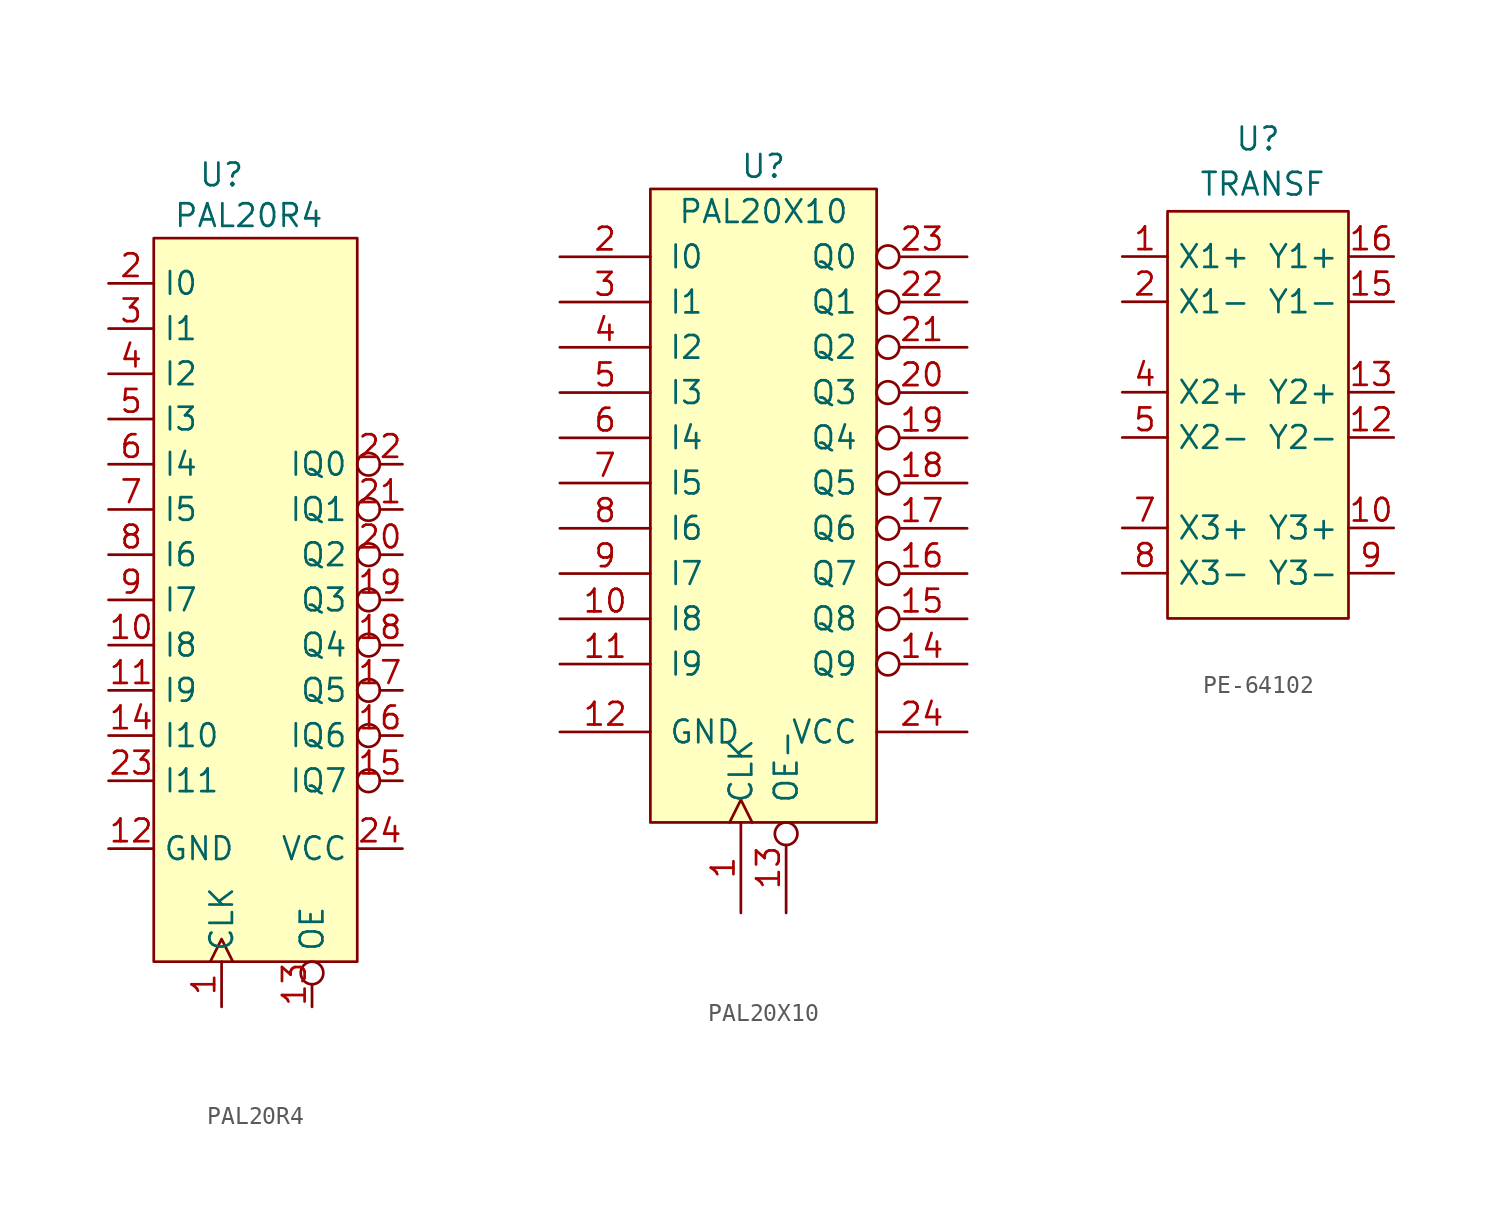
<source format=kicad_sym>
(kicad_symbol_lib
  (version 20231120)
  (generator "kicad_symbol_editor")
  (generator_version "8.0")
  (symbol "PAL20R4"
    (property "Reference" "U"
      (at 0 2.286 0)
      (effects (font (size 1.27 1.27))))
    (property "Value" "PAL20R4"
      (at 1.524 0 0)
      (effects (font (size 1.27 1.27))))
    (symbol "PAL20R4_1_1"
      (rectangle (start -3.81 -1.27) (end 7.62 -41.91) (stroke (width 0) (type default)) (fill (type background)))
      (pin input clock (at 0 -44.45 90) (length 2.54) (name "CLK" (effects (font (size 1.27 1.27)))) (number "1" (effects (font (size 1.27 1.27)))))
      (pin input line (at -6.35 -24.13 0) (length 2.54) (name "I8" (effects (font (size 1.27 1.27)))) (number "10" (effects (font (size 1.27 1.27)))))
      (pin input line (at -6.35 -26.67 0) (length 2.54) (name "I9" (effects (font (size 1.27 1.27)))) (number "11" (effects (font (size 1.27 1.27)))))
      (pin power_in line (at -6.35 -35.56 0) (length 2.54) (name "GND" (effects (font (size 1.27 1.27)))) (number "12" (effects (font (size 1.27 1.27)))))
      (pin input inverted (at 5.08 -44.45 90) (length 2.54) (name "OE" (effects (font (size 1.27 1.27)))) (number "13" (effects (font (size 1.27 1.27)))))
      (pin input line (at -6.35 -29.21 0) (length 2.54) (name "I10" (effects (font (size 1.27 1.27)))) (number "14" (effects (font (size 1.27 1.27)))))
      (pin bidirectional inverted (at 10.16 -31.75 180) (length 2.54) (name "IQ7" (effects (font (size 1.27 1.27)))) (number "15" (effects (font (size 1.27 1.27)))))
      (pin bidirectional inverted (at 10.16 -29.21 180) (length 2.54) (name "IQ6" (effects (font (size 1.27 1.27)))) (number "16" (effects (font (size 1.27 1.27)))))
      (pin output inverted (at 10.16 -26.67 180) (length 2.54) (name "Q5" (effects (font (size 1.27 1.27)))) (number "17" (effects (font (size 1.27 1.27)))))
      (pin output inverted (at 10.16 -24.13 180) (length 2.54) (name "Q4" (effects (font (size 1.27 1.27)))) (number "18" (effects (font (size 1.27 1.27)))))
      (pin output inverted (at 10.16 -21.59 180) (length 2.54) (name "Q3" (effects (font (size 1.27 1.27)))) (number "19" (effects (font (size 1.27 1.27)))))
      (pin input line (at -6.35 -3.81 0) (length 2.54) (name "I0" (effects (font (size 1.27 1.27)))) (number "2" (effects (font (size 1.27 1.27)))))
      (pin output inverted (at 10.16 -19.05 180) (length 2.54) (name "Q2" (effects (font (size 1.27 1.27)))) (number "20" (effects (font (size 1.27 1.27)))))
      (pin bidirectional inverted (at 10.16 -16.51 180) (length 2.54) (name "IQ1" (effects (font (size 1.27 1.27)))) (number "21" (effects (font (size 1.27 1.27)))))
      (pin bidirectional inverted (at 10.16 -13.97 180) (length 2.54) (name "IQ0" (effects (font (size 1.27 1.27)))) (number "22" (effects (font (size 1.27 1.27)))))
      (pin input line (at -6.35 -31.75 0) (length 2.54) (name "I11" (effects (font (size 1.27 1.27)))) (number "23" (effects (font (size 1.27 1.27)))))
      (pin power_in line (at 10.16 -35.56 180) (length 2.54) (name "VCC" (effects (font (size 1.27 1.27)))) (number "24" (effects (font (size 1.27 1.27)))))
      (pin input line (at -6.35 -6.35 0) (length 2.54) (name "I1" (effects (font (size 1.27 1.27)))) (number "3" (effects (font (size 1.27 1.27)))))
      (pin input line (at -6.35 -8.89 0) (length 2.54) (name "I2" (effects (font (size 1.27 1.27)))) (number "4" (effects (font (size 1.27 1.27)))))
      (pin input line (at -6.35 -11.43 0) (length 2.54) (name "I3" (effects (font (size 1.27 1.27)))) (number "5" (effects (font (size 1.27 1.27)))))
      (pin input line (at -6.35 -13.97 0) (length 2.54) (name "I4" (effects (font (size 1.27 1.27)))) (number "6" (effects (font (size 1.27 1.27)))))
      (pin input line (at -6.35 -16.51 0) (length 2.54) (name "I5" (effects (font (size 1.27 1.27)))) (number "7" (effects (font (size 1.27 1.27)))))
      (pin input line (at -6.35 -19.05 0) (length 2.54) (name "I6" (effects (font (size 1.27 1.27)))) (number "8" (effects (font (size 1.27 1.27)))))
      (pin input line (at -6.35 -21.59 0) (length 2.54) (name "I7" (effects (font (size 1.27 1.27)))) (number "9" (effects (font (size 1.27 1.27)))))))
  (symbol "PAL20X10"
    (pin_names
      (offset 1.016))
    (property "Reference" "U"
      (at 0 2.54 0)
      (effects (font (size 1.27 1.27))))
    (property "Value" "PAL20X10"
      (at 0 0 0)
      (effects (font (size 1.27 1.27))))
    (symbol "PAL20X10_0_1"
      (rectangle (start -6.35 1.27) (end 6.35 -34.29) (stroke (width 0) (type solid)) (fill (type background))))
    (symbol "PAL20X10_1_1"
      (pin input clock (at -1.27 -39.37 90) (length 5.08) (name "CLK" (effects (font (size 1.27 1.27)))) (number "1" (effects (font (size 1.27 1.27)))))
      (pin input line (at -11.43 -22.86 0) (length 5.08) (name "I8" (effects (font (size 1.27 1.27)))) (number "10" (effects (font (size 1.27 1.27)))))
      (pin input line (at -11.43 -25.4 0) (length 5.08) (name "I9" (effects (font (size 1.27 1.27)))) (number "11" (effects (font (size 1.27 1.27)))))
      (pin power_in line (at -11.43 -29.21 0) (length 5.08) (name "GND" (effects (font (size 1.27 1.27)))) (number "12" (effects (font (size 1.27 1.27)))))
      (pin input inverted (at 1.27 -39.37 90) (length 5.08) (name "OE-" (effects (font (size 1.27 1.27)))) (number "13" (effects (font (size 1.27 1.27)))))
      (pin output inverted (at 11.43 -25.4 180) (length 5.08) (name "Q9" (effects (font (size 1.27 1.27)))) (number "14" (effects (font (size 1.27 1.27)))))
      (pin output inverted (at 11.43 -22.86 180) (length 5.08) (name "Q8" (effects (font (size 1.27 1.27)))) (number "15" (effects (font (size 1.27 1.27)))))
      (pin output inverted (at 11.43 -20.32 180) (length 5.08) (name "Q7" (effects (font (size 1.27 1.27)))) (number "16" (effects (font (size 1.27 1.27)))))
      (pin output inverted (at 11.43 -17.78 180) (length 5.08) (name "Q6" (effects (font (size 1.27 1.27)))) (number "17" (effects (font (size 1.27 1.27)))))
      (pin output inverted (at 11.43 -15.24 180) (length 5.08) (name "Q5" (effects (font (size 1.27 1.27)))) (number "18" (effects (font (size 1.27 1.27)))))
      (pin output inverted (at 11.43 -12.7 180) (length 5.08) (name "Q4" (effects (font (size 1.27 1.27)))) (number "19" (effects (font (size 1.27 1.27)))))
      (pin input line (at -11.43 -2.54 0) (length 5.08) (name "I0" (effects (font (size 1.27 1.27)))) (number "2" (effects (font (size 1.27 1.27)))))
      (pin output inverted (at 11.43 -10.16 180) (length 5.08) (name "Q3" (effects (font (size 1.27 1.27)))) (number "20" (effects (font (size 1.27 1.27)))))
      (pin output inverted (at 11.43 -7.62 180) (length 5.08) (name "Q2" (effects (font (size 1.27 1.27)))) (number "21" (effects (font (size 1.27 1.27)))))
      (pin output inverted (at 11.43 -5.08 180) (length 5.08) (name "Q1" (effects (font (size 1.27 1.27)))) (number "22" (effects (font (size 1.27 1.27)))))
      (pin output inverted (at 11.43 -2.54 180) (length 5.08) (name "Q0" (effects (font (size 1.27 1.27)))) (number "23" (effects (font (size 1.27 1.27)))))
      (pin power_in line (at 11.43 -29.21 180) (length 5.08) (name "VCC" (effects (font (size 1.27 1.27)))) (number "24" (effects (font (size 1.27 1.27)))))
      (pin input line (at -11.43 -5.08 0) (length 5.08) (name "I1" (effects (font (size 1.27 1.27)))) (number "3" (effects (font (size 1.27 1.27)))))
      (pin input line (at -11.43 -7.62 0) (length 5.08) (name "I2" (effects (font (size 1.27 1.27)))) (number "4" (effects (font (size 1.27 1.27)))))
      (pin input line (at -11.43 -10.16 0) (length 5.08) (name "I3" (effects (font (size 1.27 1.27)))) (number "5" (effects (font (size 1.27 1.27)))))
      (pin input line (at -11.43 -12.7 0) (length 5.08) (name "I4" (effects (font (size 1.27 1.27)))) (number "6" (effects (font (size 1.27 1.27)))))
      (pin input line (at -11.43 -15.24 0) (length 5.08) (name "I5" (effects (font (size 1.27 1.27)))) (number "7" (effects (font (size 1.27 1.27)))))
      (pin input line (at -11.43 -17.78 0) (length 5.08) (name "I6" (effects (font (size 1.27 1.27)))) (number "8" (effects (font (size 1.27 1.27)))))
      (pin input line (at -11.43 -20.32 0) (length 5.08) (name "I7" (effects (font (size 1.27 1.27)))) (number "9" (effects (font (size 1.27 1.27)))))))
  (symbol "PE-64102"
    (property "Reference" "U"
      (at 0 2.794 0)
      (effects (font (size 1.27 1.27))))
    (property "Value" "TRANSF"
      (at 0.254 0.254 0)
      (effects (font (size 1.27 1.27))))
    (symbol "PE-64102_1_1"
      (rectangle (start -5.08 -1.27) (end 5.08 -24.13) (stroke (width 0) (type default)) (fill (type background)))
      (pin input line (at -7.62 -3.81 0) (length 2.54) (name "X1+" (effects (font (size 1.27 1.27)))) (number "1" (effects (font (size 1.27 1.27)))))
      (pin input line (at 7.62 -19.05 180) (length 2.54) (name "Y3+" (effects (font (size 1.27 1.27)))) (number "10" (effects (font (size 1.27 1.27)))))
      (pin no_connect line (at 7.62 -16.51 180) (length 2.54) hide (name "" (effects (font (size 1.27 1.27)))) (number "11" (effects (font (size 1.27 1.27)))))
      (pin input line (at 7.62 -13.97 180) (length 2.54) (name "Y2-" (effects (font (size 1.27 1.27)))) (number "12" (effects (font (size 1.27 1.27)))))
      (pin input line (at 7.62 -11.43 180) (length 2.54) (name "Y2+" (effects (font (size 1.27 1.27)))) (number "13" (effects (font (size 1.27 1.27)))))
      (pin no_connect line (at 7.62 -8.89 180) (length 2.54) hide (name "" (effects (font (size 1.27 1.27)))) (number "14" (effects (font (size 1.27 1.27)))))
      (pin input line (at 7.62 -6.35 180) (length 2.54) (name "Y1-" (effects (font (size 1.27 1.27)))) (number "15" (effects (font (size 1.27 1.27)))))
      (pin input line (at 7.62 -3.81 180) (length 2.54) (name "Y1+" (effects (font (size 1.27 1.27)))) (number "16" (effects (font (size 1.27 1.27)))))
      (pin input line (at -7.62 -6.35 0) (length 2.54) (name "X1-" (effects (font (size 1.27 1.27)))) (number "2" (effects (font (size 1.27 1.27)))))
      (pin no_connect line (at -7.62 -8.89 0) (length 2.54) hide (name "" (effects (font (size 1.27 1.27)))) (number "3" (effects (font (size 1.27 1.27)))))
      (pin input line (at -7.62 -11.43 0) (length 2.54) (name "X2+" (effects (font (size 1.27 1.27)))) (number "4" (effects (font (size 1.27 1.27)))))
      (pin input line (at -7.62 -13.97 0) (length 2.54) (name "X2-" (effects (font (size 1.27 1.27)))) (number "5" (effects (font (size 1.27 1.27)))))
      (pin no_connect line (at -7.62 -16.51 0) (length 2.54) hide (name "" (effects (font (size 1.27 1.27)))) (number "6" (effects (font (size 1.27 1.27)))))
      (pin input line (at -7.62 -19.05 0) (length 2.54) (name "X3+" (effects (font (size 1.27 1.27)))) (number "7" (effects (font (size 1.27 1.27)))))
      (pin input line (at -7.62 -21.59 0) (length 2.54) (name "X3-" (effects (font (size 1.27 1.27)))) (number "8" (effects (font (size 1.27 1.27)))))
      (pin input line (at 7.62 -21.59 180) (length 2.54) (name "Y3-" (effects (font (size 1.27 1.27)))) (number "9" (effects (font (size 1.27 1.27))))))))
</source>
